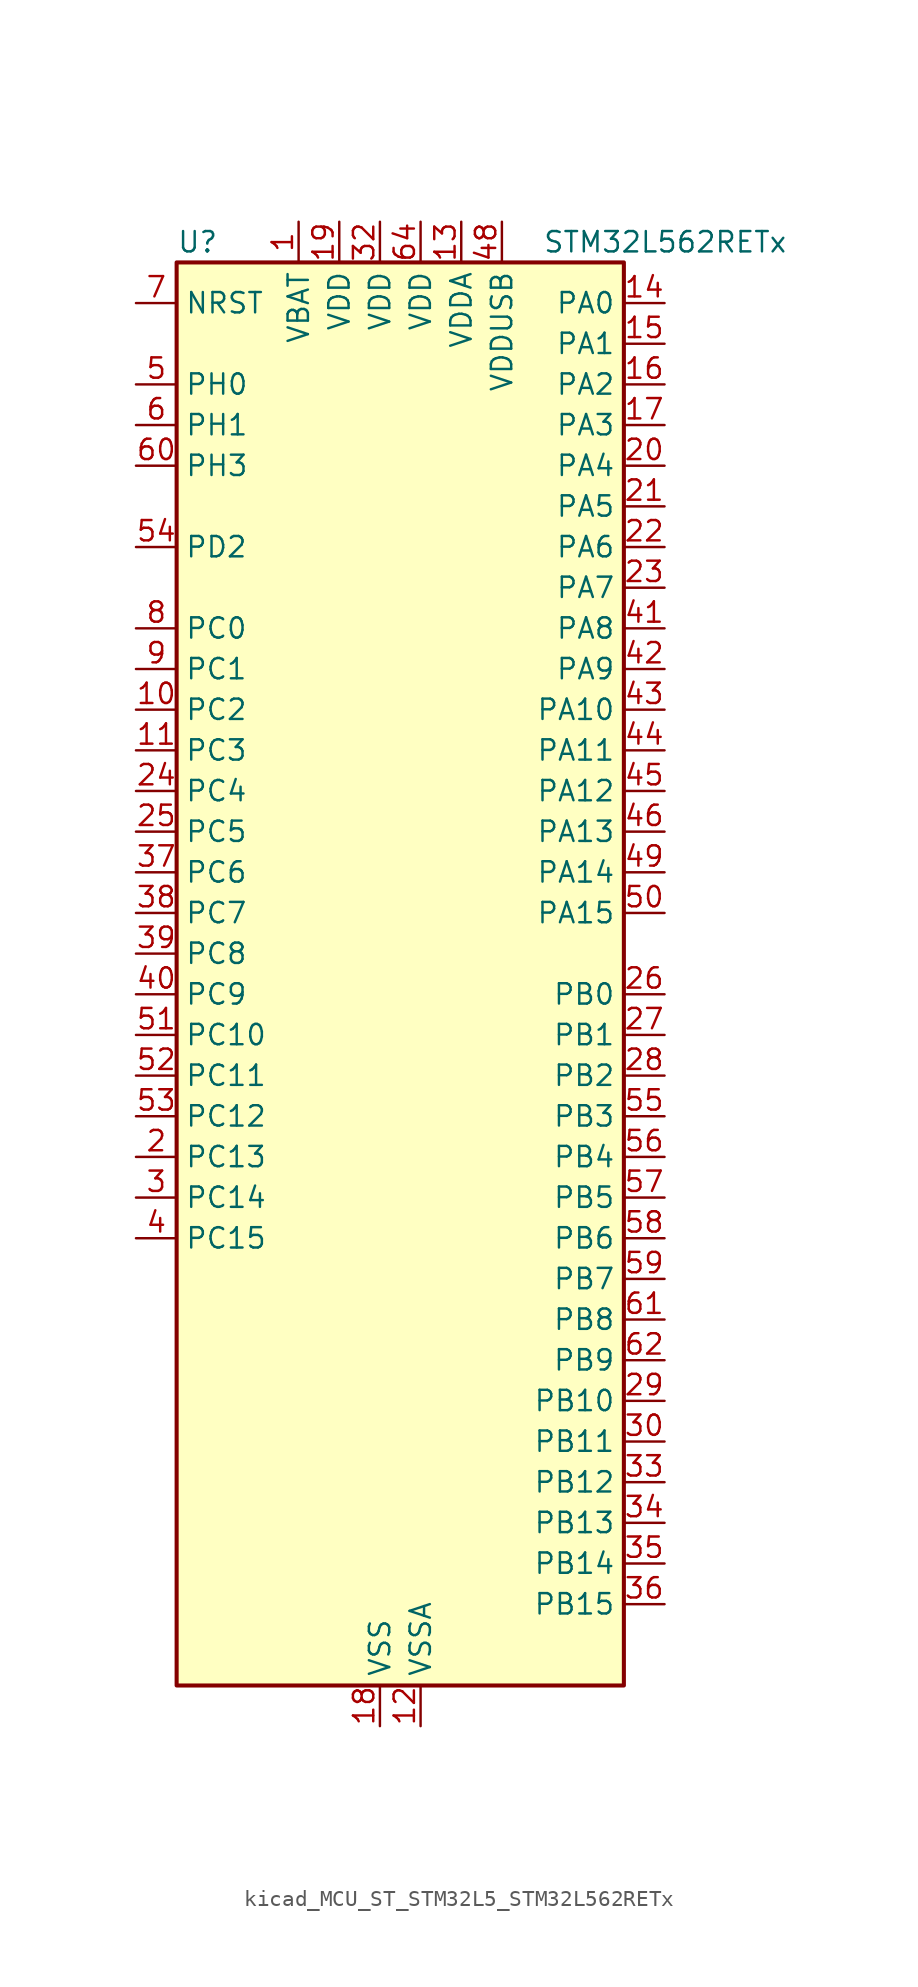
<source format=kicad_sym>
(kicad_symbol_lib
  (version 20220914)
  (generator kicad_symbol_editor)
  (symbol "kicad_MCU_ST_STM32L5_STM32L562RETx"
    (property "Reference" "U"
      (at -12.7 46.99 0)
      (effects (font (size 1.27 1.27)) (justify left)))
    (property "Value" "STM32L562RETx"
      (at 10.16 46.99 0)
      (effects (font (size 1.27 1.27)) (justify left)))
    (property "ki_locked" ""
      (at 0 0 0)
      (effects (font (size 1.27 1.27))))
    (symbol "kicad_MCU_ST_STM32L5_STM32L562RETx_0_1"
      (rectangle (start -12.7 -43.18) (end 15.24 45.72) (stroke (width 0.254) (type default)) (fill (type background))))
    (symbol "kicad_MCU_ST_STM32L5_STM32L562RETx_1_1"
      (pin power_in line (at -5.08 48.26 270) (length 2.54) (name "VBAT" (effects (font (size 1.27 1.27)))) (number "1" (effects (font (size 1.27 1.27)))))
      (pin bidirectional line (at -15.24 17.78 0) (length 2.54) (name "PC2" (effects (font (size 1.27 1.27)))) (number "10" (effects (font (size 1.27 1.27)))) (alternate "ADC1_IN3" bidirectional line) (alternate "ADC2_IN3" bidirectional line) (alternate "DFSDM1_CKOUT" bidirectional line) (alternate "LPTIM1_IN2" bidirectional line) (alternate "OCTOSPI1_IO5" bidirectional line) (alternate "SPI2_MISO" bidirectional line))
      (pin bidirectional line (at -15.24 15.24 0) (length 2.54) (name "PC3" (effects (font (size 1.27 1.27)))) (number "11" (effects (font (size 1.27 1.27)))) (alternate "ADC1_IN4" bidirectional line) (alternate "ADC2_IN4" bidirectional line) (alternate "LPTIM1_ETR" bidirectional line) (alternate "LPTIM2_ETR" bidirectional line) (alternate "LPTIM3_OUT" bidirectional line) (alternate "OCTOSPI1_IO6" bidirectional line) (alternate "SAI1_D1" bidirectional line) (alternate "SAI1_SD_A" bidirectional line) (alternate "SPI2_MOSI" bidirectional line))
      (pin power_in line (at 2.54 -45.72 90) (length 2.54) (name "VSSA" (effects (font (size 1.27 1.27)))) (number "12" (effects (font (size 1.27 1.27)))))
      (pin power_in line (at 5.08 48.26 270) (length 2.54) (name "VDDA" (effects (font (size 1.27 1.27)))) (number "13" (effects (font (size 1.27 1.27)))))
      (pin bidirectional line (at 17.78 43.18 180) (length 2.54) (name "PA0" (effects (font (size 1.27 1.27)))) (number "14" (effects (font (size 1.27 1.27)))) (alternate "ADC1_IN5" bidirectional line) (alternate "ADC2_IN5" bidirectional line) (alternate "OPAMP1_VINP" bidirectional line) (alternate "PWR_WKUP1" bidirectional line) (alternate "SAI1_EXTCLK" bidirectional line) (alternate "TAMP_IN2" bidirectional line) (alternate "TAMP_OUT1" bidirectional line) (alternate "TIM2_CH1" bidirectional line) (alternate "TIM2_ETR" bidirectional line) (alternate "TIM5_CH1" bidirectional line) (alternate "TIM8_ETR" bidirectional line) (alternate "UART4_TX" bidirectional line) (alternate "USART2_CTS" bidirectional line) (alternate "USART2_NSS" bidirectional line))
      (pin bidirectional line (at 17.78 40.64 180) (length 2.54) (name "PA1" (effects (font (size 1.27 1.27)))) (number "15" (effects (font (size 1.27 1.27)))) (alternate "ADC1_IN6" bidirectional line) (alternate "ADC2_IN6" bidirectional line) (alternate "I2C1_SMBA" bidirectional line) (alternate "OCTOSPI1_DQS" bidirectional line) (alternate "OPAMP1_VINM" bidirectional line) (alternate "SPI1_SCK" bidirectional line) (alternate "TAMP_IN5" bidirectional line) (alternate "TAMP_OUT4" bidirectional line) (alternate "TIM15_CH1N" bidirectional line) (alternate "TIM2_CH2" bidirectional line) (alternate "TIM5_CH2" bidirectional line) (alternate "UART4_RX" bidirectional line) (alternate "USART2_DE" bidirectional line) (alternate "USART2_RTS" bidirectional line))
      (pin bidirectional line (at 17.78 38.1 180) (length 2.54) (name "PA2" (effects (font (size 1.27 1.27)))) (number "16" (effects (font (size 1.27 1.27)))) (alternate "ADC1_IN7" bidirectional line) (alternate "ADC2_IN7" bidirectional line) (alternate "COMP1_INP" bidirectional line) (alternate "LPUART1_TX" bidirectional line) (alternate "OCTOSPI1_NCS" bidirectional line) (alternate "PWR_WKUP4" bidirectional line) (alternate "RCC_LSCO" bidirectional line) (alternate "SAI2_EXTCLK" bidirectional line) (alternate "TIM15_CH1" bidirectional line) (alternate "TIM2_CH3" bidirectional line) (alternate "TIM5_CH3" bidirectional line) (alternate "UCPD1_FRSTX1" bidirectional line) (alternate "USART2_TX" bidirectional line))
      (pin bidirectional line (at 17.78 35.56 180) (length 2.54) (name "PA3" (effects (font (size 1.27 1.27)))) (number "17" (effects (font (size 1.27 1.27)))) (alternate "ADC1_IN8" bidirectional line) (alternate "ADC2_IN8" bidirectional line) (alternate "LPUART1_RX" bidirectional line) (alternate "OCTOSPI1_CLK" bidirectional line) (alternate "OPAMP1_VOUT" bidirectional line) (alternate "SAI1_CK1" bidirectional line) (alternate "SAI1_MCLK_A" bidirectional line) (alternate "TIM15_CH2" bidirectional line) (alternate "TIM2_CH4" bidirectional line) (alternate "TIM5_CH4" bidirectional line) (alternate "USART2_RX" bidirectional line))
      (pin power_in line (at 0 -45.72 90) (length 2.54) (name "VSS" (effects (font (size 1.27 1.27)))) (number "18" (effects (font (size 1.27 1.27)))))
      (pin power_in line (at -2.54 48.26 270) (length 2.54) (name "VDD" (effects (font (size 1.27 1.27)))) (number "19" (effects (font (size 1.27 1.27)))))
      (pin bidirectional line (at -15.24 -10.16 0) (length 2.54) (name "PC13" (effects (font (size 1.27 1.27)))) (number "2" (effects (font (size 1.27 1.27)))) (alternate "PWR_WKUP2" bidirectional line) (alternate "RTC_OUT1" bidirectional line) (alternate "RTC_TS" bidirectional line) (alternate "TAMP_IN1" bidirectional line) (alternate "TAMP_OUT2" bidirectional line))
      (pin bidirectional line (at 17.78 33.02 180) (length 2.54) (name "PA4" (effects (font (size 1.27 1.27)))) (number "20" (effects (font (size 1.27 1.27)))) (alternate "ADC1_IN9" bidirectional line) (alternate "ADC2_IN9" bidirectional line) (alternate "DAC1_OUT1" bidirectional line) (alternate "LPTIM2_OUT" bidirectional line) (alternate "OCTOSPI1_NCS" bidirectional line) (alternate "SAI1_FS_B" bidirectional line) (alternate "SPI1_NSS" bidirectional line) (alternate "SPI3_NSS" bidirectional line) (alternate "USART2_CK" bidirectional line))
      (pin bidirectional line (at 17.78 30.48 180) (length 2.54) (name "PA5" (effects (font (size 1.27 1.27)))) (number "21" (effects (font (size 1.27 1.27)))) (alternate "ADC1_IN10" bidirectional line) (alternate "ADC2_IN10" bidirectional line) (alternate "DAC1_OUT2" bidirectional line) (alternate "LPTIM2_ETR" bidirectional line) (alternate "SPI1_SCK" bidirectional line) (alternate "TIM2_CH1" bidirectional line) (alternate "TIM2_ETR" bidirectional line) (alternate "TIM8_CH1N" bidirectional line))
      (pin bidirectional line (at 17.78 27.94 180) (length 2.54) (name "PA6" (effects (font (size 1.27 1.27)))) (number "22" (effects (font (size 1.27 1.27)))) (alternate "ADC1_IN11" bidirectional line) (alternate "ADC2_IN11" bidirectional line) (alternate "LPUART1_CTS" bidirectional line) (alternate "OCTOSPI1_IO3" bidirectional line) (alternate "OPAMP2_VINP" bidirectional line) (alternate "SPI1_MISO" bidirectional line) (alternate "TIM16_CH1" bidirectional line) (alternate "TIM1_BKIN" bidirectional line) (alternate "TIM3_CH1" bidirectional line) (alternate "TIM8_BKIN" bidirectional line) (alternate "USART3_CTS" bidirectional line) (alternate "USART3_NSS" bidirectional line))
      (pin bidirectional line (at 17.78 25.4 180) (length 2.54) (name "PA7" (effects (font (size 1.27 1.27)))) (number "23" (effects (font (size 1.27 1.27)))) (alternate "ADC1_IN12" bidirectional line) (alternate "ADC2_IN12" bidirectional line) (alternate "I2C3_SCL" bidirectional line) (alternate "OCTOSPI1_IO2" bidirectional line) (alternate "OPAMP2_VINM" bidirectional line) (alternate "SPI1_MOSI" bidirectional line) (alternate "TIM17_CH1" bidirectional line) (alternate "TIM1_CH1N" bidirectional line) (alternate "TIM3_CH2" bidirectional line) (alternate "TIM8_CH1N" bidirectional line))
      (pin bidirectional line (at -15.24 12.7 0) (length 2.54) (name "PC4" (effects (font (size 1.27 1.27)))) (number "24" (effects (font (size 1.27 1.27)))) (alternate "ADC1_IN13" bidirectional line) (alternate "ADC2_IN13" bidirectional line) (alternate "COMP1_INM" bidirectional line) (alternate "OCTOSPI1_IO7" bidirectional line) (alternate "USART3_TX" bidirectional line))
      (pin bidirectional line (at -15.24 10.16 0) (length 2.54) (name "PC5" (effects (font (size 1.27 1.27)))) (number "25" (effects (font (size 1.27 1.27)))) (alternate "ADC1_IN14" bidirectional line) (alternate "ADC2_IN14" bidirectional line) (alternate "COMP1_INP" bidirectional line) (alternate "PWR_WKUP5" bidirectional line) (alternate "SAI1_D3" bidirectional line) (alternate "TAMP_IN4" bidirectional line) (alternate "TAMP_OUT5" bidirectional line) (alternate "USART3_RX" bidirectional line))
      (pin bidirectional line (at 17.78 0 180) (length 2.54) (name "PB0" (effects (font (size 1.27 1.27)))) (number "26" (effects (font (size 1.27 1.27)))) (alternate "ADC1_IN15" bidirectional line) (alternate "ADC2_IN15" bidirectional line) (alternate "COMP1_OUT" bidirectional line) (alternate "OCTOSPI1_IO1" bidirectional line) (alternate "OPAMP2_VOUT" bidirectional line) (alternate "SAI1_EXTCLK" bidirectional line) (alternate "SPI1_NSS" bidirectional line) (alternate "TIM1_CH2N" bidirectional line) (alternate "TIM3_CH3" bidirectional line) (alternate "TIM8_CH2N" bidirectional line) (alternate "USART3_CK" bidirectional line))
      (pin bidirectional line (at 17.78 -2.54 180) (length 2.54) (name "PB1" (effects (font (size 1.27 1.27)))) (number "27" (effects (font (size 1.27 1.27)))) (alternate "ADC1_IN16" bidirectional line) (alternate "ADC2_IN16" bidirectional line) (alternate "COMP1_INM" bidirectional line) (alternate "DFSDM1_DATIN0" bidirectional line) (alternate "LPTIM2_IN1" bidirectional line) (alternate "LPUART1_DE" bidirectional line) (alternate "LPUART1_RTS" bidirectional line) (alternate "OCTOSPI1_IO0" bidirectional line) (alternate "TIM1_CH3N" bidirectional line) (alternate "TIM3_CH4" bidirectional line) (alternate "TIM8_CH3N" bidirectional line) (alternate "USART3_DE" bidirectional line) (alternate "USART3_RTS" bidirectional line))
      (pin bidirectional line (at 17.78 -5.08 180) (length 2.54) (name "PB2" (effects (font (size 1.27 1.27)))) (number "28" (effects (font (size 1.27 1.27)))) (alternate "COMP1_INP" bidirectional line) (alternate "DFSDM1_CKIN0" bidirectional line) (alternate "I2C3_SMBA" bidirectional line) (alternate "LPTIM1_OUT" bidirectional line) (alternate "OCTOSPI1_DQS" bidirectional line) (alternate "RTC_OUT2" bidirectional line) (alternate "UCPD1_FRSTX1" bidirectional line))
      (pin bidirectional line (at 17.78 -25.4 180) (length 2.54) (name "PB10" (effects (font (size 1.27 1.27)))) (number "29" (effects (font (size 1.27 1.27)))) (alternate "COMP1_OUT" bidirectional line) (alternate "I2C2_SCL" bidirectional line) (alternate "I2C4_SCL" bidirectional line) (alternate "LPTIM3_OUT" bidirectional line) (alternate "LPUART1_RX" bidirectional line) (alternate "OCTOSPI1_CLK" bidirectional line) (alternate "SAI1_SCK_A" bidirectional line) (alternate "SPI2_SCK" bidirectional line) (alternate "TIM2_CH3" bidirectional line) (alternate "TSC_SYNC" bidirectional line) (alternate "USART3_TX" bidirectional line))
      (pin bidirectional line (at -15.24 -12.7 0) (length 2.54) (name "PC14" (effects (font (size 1.27 1.27)))) (number "3" (effects (font (size 1.27 1.27)))) (alternate "RCC_OSC32_IN" bidirectional line))
      (pin bidirectional line (at 17.78 -27.94 180) (length 2.54) (name "PB11" (effects (font (size 1.27 1.27)))) (number "30" (effects (font (size 1.27 1.27)))) (alternate "ADC1_EXTI11" bidirectional line) (alternate "ADC2_EXTI11" bidirectional line) (alternate "COMP2_OUT" bidirectional line) (alternate "I2C2_SDA" bidirectional line) (alternate "I2C4_SDA" bidirectional line) (alternate "LPUART1_TX" bidirectional line) (alternate "OCTOSPI1_NCS" bidirectional line) (alternate "TIM2_CH4" bidirectional line) (alternate "USART3_RX" bidirectional line))
      (pin passive line (at 0 -45.72 90) (length 2.54) hide (name "VSS" (effects (font (size 1.27 1.27)))) (number "31" (effects (font (size 1.27 1.27)))))
      (pin power_in line (at 0 48.26 270) (length 2.54) (name "VDD" (effects (font (size 1.27 1.27)))) (number "32" (effects (font (size 1.27 1.27)))))
      (pin bidirectional line (at 17.78 -30.48 180) (length 2.54) (name "PB12" (effects (font (size 1.27 1.27)))) (number "33" (effects (font (size 1.27 1.27)))) (alternate "DFSDM1_DATIN1" bidirectional line) (alternate "I2C2_SMBA" bidirectional line) (alternate "LPUART1_DE" bidirectional line) (alternate "LPUART1_RTS" bidirectional line) (alternate "OCTOSPI1_NCLK" bidirectional line) (alternate "SAI2_FS_A" bidirectional line) (alternate "SPI2_NSS" bidirectional line) (alternate "TIM15_BKIN" bidirectional line) (alternate "TIM1_BKIN" bidirectional line) (alternate "TSC_G1_IO1" bidirectional line) (alternate "USART3_CK" bidirectional line))
      (pin bidirectional line (at 17.78 -33.02 180) (length 2.54) (name "PB13" (effects (font (size 1.27 1.27)))) (number "34" (effects (font (size 1.27 1.27)))) (alternate "DFSDM1_CKIN1" bidirectional line) (alternate "I2C2_SCL" bidirectional line) (alternate "LPTIM3_IN1" bidirectional line) (alternate "LPUART1_CTS" bidirectional line) (alternate "SAI2_SCK_A" bidirectional line) (alternate "SPI2_SCK" bidirectional line) (alternate "TIM15_CH1N" bidirectional line) (alternate "TIM1_CH1N" bidirectional line) (alternate "TSC_G1_IO2" bidirectional line) (alternate "UCPD1_FRSTX2" bidirectional line) (alternate "USART3_CTS" bidirectional line) (alternate "USART3_NSS" bidirectional line))
      (pin bidirectional line (at 17.78 -35.56 180) (length 2.54) (name "PB14" (effects (font (size 1.27 1.27)))) (number "35" (effects (font (size 1.27 1.27)))) (alternate "DFSDM1_DATIN2" bidirectional line) (alternate "I2C2_SDA" bidirectional line) (alternate "LPTIM3_ETR" bidirectional line) (alternate "SAI2_MCLK_A" bidirectional line) (alternate "SPI2_MISO" bidirectional line) (alternate "TIM15_CH1" bidirectional line) (alternate "TIM1_CH2N" bidirectional line) (alternate "TIM8_CH2N" bidirectional line) (alternate "TSC_G1_IO3" bidirectional line) (alternate "UCPD1_DBCC2" bidirectional line) (alternate "USART3_DE" bidirectional line) (alternate "USART3_RTS" bidirectional line))
      (pin bidirectional line (at 17.78 -38.1 180) (length 2.54) (name "PB15" (effects (font (size 1.27 1.27)))) (number "36" (effects (font (size 1.27 1.27)))) (alternate "ADC1_EXTI15" bidirectional line) (alternate "ADC2_EXTI15" bidirectional line) (alternate "DFSDM1_CKIN2" bidirectional line) (alternate "RTC_REFIN" bidirectional line) (alternate "SAI2_SD_A" bidirectional line) (alternate "SPI2_MOSI" bidirectional line) (alternate "TIM15_CH2" bidirectional line) (alternate "TIM1_CH3N" bidirectional line) (alternate "TIM8_CH3N" bidirectional line) (alternate "UCPD1_CC2" bidirectional line))
      (pin bidirectional line (at -15.24 7.62 0) (length 2.54) (name "PC6" (effects (font (size 1.27 1.27)))) (number "37" (effects (font (size 1.27 1.27)))) (alternate "DFSDM1_CKIN3" bidirectional line) (alternate "SAI2_MCLK_A" bidirectional line) (alternate "SDMMC1_D0DIR" bidirectional line) (alternate "SDMMC1_D6" bidirectional line) (alternate "TIM3_CH1" bidirectional line) (alternate "TIM8_CH1" bidirectional line) (alternate "TSC_G4_IO1" bidirectional line))
      (pin bidirectional line (at -15.24 5.08 0) (length 2.54) (name "PC7" (effects (font (size 1.27 1.27)))) (number "38" (effects (font (size 1.27 1.27)))) (alternate "DFSDM1_DATIN3" bidirectional line) (alternate "SAI2_MCLK_B" bidirectional line) (alternate "SDMMC1_D123DIR" bidirectional line) (alternate "SDMMC1_D7" bidirectional line) (alternate "TIM3_CH2" bidirectional line) (alternate "TIM8_CH2" bidirectional line) (alternate "TSC_G4_IO2" bidirectional line))
      (pin bidirectional line (at -15.24 2.54 0) (length 2.54) (name "PC8" (effects (font (size 1.27 1.27)))) (number "39" (effects (font (size 1.27 1.27)))) (alternate "SDMMC1_D0" bidirectional line) (alternate "TIM3_CH3" bidirectional line) (alternate "TIM8_CH3" bidirectional line) (alternate "TSC_G4_IO3" bidirectional line))
      (pin bidirectional line (at -15.24 -15.24 0) (length 2.54) (name "PC15" (effects (font (size 1.27 1.27)))) (number "4" (effects (font (size 1.27 1.27)))) (alternate "ADC1_EXTI15" bidirectional line) (alternate "ADC2_EXTI15" bidirectional line) (alternate "RCC_OSC32_OUT" bidirectional line))
      (pin bidirectional line (at -15.24 0 0) (length 2.54) (name "PC9" (effects (font (size 1.27 1.27)))) (number "40" (effects (font (size 1.27 1.27)))) (alternate "DAC1_EXTI9" bidirectional line) (alternate "DEBUG_TRACED0" bidirectional line) (alternate "SAI2_EXTCLK" bidirectional line) (alternate "SDMMC1_D1" bidirectional line) (alternate "TIM3_CH4" bidirectional line) (alternate "TIM8_BKIN2" bidirectional line) (alternate "TIM8_CH4" bidirectional line) (alternate "TSC_G4_IO4" bidirectional line) (alternate "USB_NOE" bidirectional line))
      (pin bidirectional line (at 17.78 22.86 180) (length 2.54) (name "PA8" (effects (font (size 1.27 1.27)))) (number "41" (effects (font (size 1.27 1.27)))) (alternate "LPTIM2_OUT" bidirectional line) (alternate "RCC_MCO" bidirectional line) (alternate "SAI1_CK2" bidirectional line) (alternate "SAI1_SCK_A" bidirectional line) (alternate "TIM1_CH1" bidirectional line) (alternate "USART1_CK" bidirectional line))
      (pin bidirectional line (at 17.78 20.32 180) (length 2.54) (name "PA9" (effects (font (size 1.27 1.27)))) (number "42" (effects (font (size 1.27 1.27)))) (alternate "DAC1_EXTI9" bidirectional line) (alternate "SAI1_FS_A" bidirectional line) (alternate "SPI2_SCK" bidirectional line) (alternate "TIM15_BKIN" bidirectional line) (alternate "TIM1_CH2" bidirectional line) (alternate "USART1_TX" bidirectional line))
      (pin bidirectional line (at 17.78 17.78 180) (length 2.54) (name "PA10" (effects (font (size 1.27 1.27)))) (number "43" (effects (font (size 1.27 1.27)))) (alternate "CRS_SYNC" bidirectional line) (alternate "SAI1_D1" bidirectional line) (alternate "SAI1_SD_A" bidirectional line) (alternate "TIM17_BKIN" bidirectional line) (alternate "TIM1_CH3" bidirectional line) (alternate "USART1_RX" bidirectional line))
      (pin bidirectional line (at 17.78 15.24 180) (length 2.54) (name "PA11" (effects (font (size 1.27 1.27)))) (number "44" (effects (font (size 1.27 1.27)))) (alternate "ADC1_EXTI11" bidirectional line) (alternate "ADC2_EXTI11" bidirectional line) (alternate "FDCAN1_RX" bidirectional line) (alternate "SPI1_MISO" bidirectional line) (alternate "TIM1_BKIN2" bidirectional line) (alternate "TIM1_CH4" bidirectional line) (alternate "USART1_CTS" bidirectional line) (alternate "USART1_NSS" bidirectional line) (alternate "USB_DM" bidirectional line))
      (pin bidirectional line (at 17.78 12.7 180) (length 2.54) (name "PA12" (effects (font (size 1.27 1.27)))) (number "45" (effects (font (size 1.27 1.27)))) (alternate "FDCAN1_TX" bidirectional line) (alternate "SPI1_MOSI" bidirectional line) (alternate "TIM1_ETR" bidirectional line) (alternate "USART1_DE" bidirectional line) (alternate "USART1_RTS" bidirectional line) (alternate "USB_DP" bidirectional line))
      (pin bidirectional line (at 17.78 10.16 180) (length 2.54) (name "PA13" (effects (font (size 1.27 1.27)))) (number "46" (effects (font (size 1.27 1.27)))) (alternate "DEBUG_JTMS-SWDIO" bidirectional line) (alternate "IR_OUT" bidirectional line) (alternate "SAI1_SD_B" bidirectional line) (alternate "USB_NOE" bidirectional line))
      (pin passive line (at 0 -45.72 90) (length 2.54) hide (name "VSS" (effects (font (size 1.27 1.27)))) (number "47" (effects (font (size 1.27 1.27)))))
      (pin power_in line (at 7.62 48.26 270) (length 2.54) (name "VDDUSB" (effects (font (size 1.27 1.27)))) (number "48" (effects (font (size 1.27 1.27)))))
      (pin bidirectional line (at 17.78 7.62 180) (length 2.54) (name "PA14" (effects (font (size 1.27 1.27)))) (number "49" (effects (font (size 1.27 1.27)))) (alternate "DEBUG_JTCK-SWCLK" bidirectional line) (alternate "I2C1_SMBA" bidirectional line) (alternate "I2C4_SMBA" bidirectional line) (alternate "LPTIM1_OUT" bidirectional line) (alternate "SAI1_FS_B" bidirectional line))
      (pin bidirectional line (at -15.24 38.1 0) (length 2.54) (name "PH0" (effects (font (size 1.27 1.27)))) (number "5" (effects (font (size 1.27 1.27)))) (alternate "RCC_OSC_IN" bidirectional line))
      (pin bidirectional line (at 17.78 5.08 180) (length 2.54) (name "PA15" (effects (font (size 1.27 1.27)))) (number "50" (effects (font (size 1.27 1.27)))) (alternate "ADC1_EXTI15" bidirectional line) (alternate "ADC2_EXTI15" bidirectional line) (alternate "DEBUG_JTDI" bidirectional line) (alternate "SAI2_FS_B" bidirectional line) (alternate "SPI1_NSS" bidirectional line) (alternate "SPI3_NSS" bidirectional line) (alternate "TIM2_CH1" bidirectional line) (alternate "TIM2_ETR" bidirectional line) (alternate "UART4_DE" bidirectional line) (alternate "UART4_RTS" bidirectional line) (alternate "UCPD1_CC1" bidirectional line) (alternate "USART2_RX" bidirectional line) (alternate "USART3_DE" bidirectional line) (alternate "USART3_RTS" bidirectional line))
      (pin bidirectional line (at -15.24 -2.54 0) (length 2.54) (name "PC10" (effects (font (size 1.27 1.27)))) (number "51" (effects (font (size 1.27 1.27)))) (alternate "DEBUG_TRACED1" bidirectional line) (alternate "LPTIM3_ETR" bidirectional line) (alternate "SAI2_SCK_B" bidirectional line) (alternate "SDMMC1_D2" bidirectional line) (alternate "SPI3_SCK" bidirectional line) (alternate "TSC_G3_IO2" bidirectional line) (alternate "UART4_TX" bidirectional line) (alternate "USART3_TX" bidirectional line))
      (pin bidirectional line (at -15.24 -5.08 0) (length 2.54) (name "PC11" (effects (font (size 1.27 1.27)))) (number "52" (effects (font (size 1.27 1.27)))) (alternate "ADC1_EXTI11" bidirectional line) (alternate "ADC2_EXTI11" bidirectional line) (alternate "LPTIM3_IN1" bidirectional line) (alternate "OCTOSPI1_NCS" bidirectional line) (alternate "SAI2_MCLK_B" bidirectional line) (alternate "SDMMC1_D3" bidirectional line) (alternate "SPI3_MISO" bidirectional line) (alternate "TSC_G3_IO3" bidirectional line) (alternate "UART4_RX" bidirectional line) (alternate "UCPD1_FRSTX2" bidirectional line) (alternate "USART3_RX" bidirectional line))
      (pin bidirectional line (at -15.24 -7.62 0) (length 2.54) (name "PC12" (effects (font (size 1.27 1.27)))) (number "53" (effects (font (size 1.27 1.27)))) (alternate "DEBUG_TRACED3" bidirectional line) (alternate "SAI2_SD_B" bidirectional line) (alternate "SDMMC1_CK" bidirectional line) (alternate "SPI3_MOSI" bidirectional line) (alternate "TSC_G3_IO4" bidirectional line) (alternate "UART5_TX" bidirectional line) (alternate "USART3_CK" bidirectional line))
      (pin bidirectional line (at -15.24 27.94 0) (length 2.54) (name "PD2" (effects (font (size 1.27 1.27)))) (number "54" (effects (font (size 1.27 1.27)))) (alternate "DEBUG_TRACED2" bidirectional line) (alternate "SDMMC1_CMD" bidirectional line) (alternate "TIM3_ETR" bidirectional line) (alternate "TSC_SYNC" bidirectional line) (alternate "UART5_RX" bidirectional line) (alternate "USART3_DE" bidirectional line) (alternate "USART3_RTS" bidirectional line))
      (pin bidirectional line (at 17.78 -7.62 180) (length 2.54) (name "PB3" (effects (font (size 1.27 1.27)))) (number "55" (effects (font (size 1.27 1.27)))) (alternate "COMP2_INM" bidirectional line) (alternate "CRS_SYNC" bidirectional line) (alternate "DEBUG_JTDO-SWO" bidirectional line) (alternate "SAI1_SCK_B" bidirectional line) (alternate "SPI1_SCK" bidirectional line) (alternate "SPI3_SCK" bidirectional line) (alternate "TIM2_CH2" bidirectional line) (alternate "USART1_DE" bidirectional line) (alternate "USART1_RTS" bidirectional line))
      (pin bidirectional line (at 17.78 -10.16 180) (length 2.54) (name "PB4" (effects (font (size 1.27 1.27)))) (number "56" (effects (font (size 1.27 1.27)))) (alternate "COMP2_INP" bidirectional line) (alternate "DEBUG_JTRST" bidirectional line) (alternate "I2C3_SDA" bidirectional line) (alternate "SAI1_MCLK_B" bidirectional line) (alternate "SPI1_MISO" bidirectional line) (alternate "SPI3_MISO" bidirectional line) (alternate "TIM17_BKIN" bidirectional line) (alternate "TIM3_CH1" bidirectional line) (alternate "TSC_G2_IO1" bidirectional line) (alternate "UART5_DE" bidirectional line) (alternate "UART5_RTS" bidirectional line) (alternate "USART1_CTS" bidirectional line) (alternate "USART1_NSS" bidirectional line))
      (pin bidirectional line (at 17.78 -12.7 180) (length 2.54) (name "PB5" (effects (font (size 1.27 1.27)))) (number "57" (effects (font (size 1.27 1.27)))) (alternate "COMP2_OUT" bidirectional line) (alternate "I2C1_SMBA" bidirectional line) (alternate "LPTIM1_IN1" bidirectional line) (alternate "OCTOSPI1_NCLK" bidirectional line) (alternate "SAI1_SD_B" bidirectional line) (alternate "SPI1_MOSI" bidirectional line) (alternate "SPI3_MOSI" bidirectional line) (alternate "TIM16_BKIN" bidirectional line) (alternate "TIM3_CH2" bidirectional line) (alternate "TSC_G2_IO2" bidirectional line) (alternate "UART5_CTS" bidirectional line) (alternate "UCPD1_DBCC1" bidirectional line) (alternate "USART1_CK" bidirectional line))
      (pin bidirectional line (at 17.78 -15.24 180) (length 2.54) (name "PB6" (effects (font (size 1.27 1.27)))) (number "58" (effects (font (size 1.27 1.27)))) (alternate "COMP2_INP" bidirectional line) (alternate "I2C1_SCL" bidirectional line) (alternate "I2C4_SCL" bidirectional line) (alternate "LPTIM1_ETR" bidirectional line) (alternate "SAI1_FS_B" bidirectional line) (alternate "TIM16_CH1N" bidirectional line) (alternate "TIM4_CH1" bidirectional line) (alternate "TIM8_BKIN2" bidirectional line) (alternate "TSC_G2_IO3" bidirectional line) (alternate "USART1_TX" bidirectional line))
      (pin bidirectional line (at 17.78 -17.78 180) (length 2.54) (name "PB7" (effects (font (size 1.27 1.27)))) (number "59" (effects (font (size 1.27 1.27)))) (alternate "COMP2_INM" bidirectional line) (alternate "I2C1_SDA" bidirectional line) (alternate "I2C4_SDA" bidirectional line) (alternate "LPTIM1_IN2" bidirectional line) (alternate "PWR_PVD_IN" bidirectional line) (alternate "TIM17_CH1N" bidirectional line) (alternate "TIM4_CH2" bidirectional line) (alternate "TIM8_BKIN" bidirectional line) (alternate "TSC_G2_IO4" bidirectional line) (alternate "UART4_CTS" bidirectional line) (alternate "USART1_RX" bidirectional line))
      (pin bidirectional line (at -15.24 35.56 0) (length 2.54) (name "PH1" (effects (font (size 1.27 1.27)))) (number "6" (effects (font (size 1.27 1.27)))) (alternate "RCC_OSC_OUT" bidirectional line))
      (pin bidirectional line (at -15.24 33.02 0) (length 2.54) (name "PH3" (effects (font (size 1.27 1.27)))) (number "60" (effects (font (size 1.27 1.27)))))
      (pin bidirectional line (at 17.78 -20.32 180) (length 2.54) (name "PB8" (effects (font (size 1.27 1.27)))) (number "61" (effects (font (size 1.27 1.27)))) (alternate "DFSDM1_CKOUT" bidirectional line) (alternate "FDCAN1_RX" bidirectional line) (alternate "I2C1_SCL" bidirectional line) (alternate "SAI1_CK1" bidirectional line) (alternate "SAI1_MCLK_A" bidirectional line) (alternate "SDMMC1_CKIN" bidirectional line) (alternate "SDMMC1_D4" bidirectional line) (alternate "TIM16_CH1" bidirectional line) (alternate "TIM4_CH3" bidirectional line))
      (pin bidirectional line (at 17.78 -22.86 180) (length 2.54) (name "PB9" (effects (font (size 1.27 1.27)))) (number "62" (effects (font (size 1.27 1.27)))) (alternate "DAC1_EXTI9" bidirectional line) (alternate "FDCAN1_TX" bidirectional line) (alternate "I2C1_SDA" bidirectional line) (alternate "IR_OUT" bidirectional line) (alternate "SAI1_D2" bidirectional line) (alternate "SAI1_FS_A" bidirectional line) (alternate "SDMMC1_CDIR" bidirectional line) (alternate "SDMMC1_D5" bidirectional line) (alternate "SPI2_NSS" bidirectional line) (alternate "TIM17_CH1" bidirectional line) (alternate "TIM4_CH4" bidirectional line))
      (pin passive line (at 0 -45.72 90) (length 2.54) hide (name "VSS" (effects (font (size 1.27 1.27)))) (number "63" (effects (font (size 1.27 1.27)))))
      (pin power_in line (at 2.54 48.26 270) (length 2.54) (name "VDD" (effects (font (size 1.27 1.27)))) (number "64" (effects (font (size 1.27 1.27)))))
      (pin input line (at -15.24 43.18 0) (length 2.54) (name "NRST" (effects (font (size 1.27 1.27)))) (number "7" (effects (font (size 1.27 1.27)))))
      (pin bidirectional line (at -15.24 22.86 0) (length 2.54) (name "PC0" (effects (font (size 1.27 1.27)))) (number "8" (effects (font (size 1.27 1.27)))) (alternate "ADC1_IN1" bidirectional line) (alternate "ADC2_IN1" bidirectional line) (alternate "I2C3_SCL" bidirectional line) (alternate "LPTIM1_IN1" bidirectional line) (alternate "LPTIM2_IN1" bidirectional line) (alternate "LPUART1_RX" bidirectional line) (alternate "OCTOSPI1_IO7" bidirectional line) (alternate "SAI2_FS_A" bidirectional line) (alternate "SDMMC1_D5" bidirectional line))
      (pin bidirectional line (at -15.24 20.32 0) (length 2.54) (name "PC1" (effects (font (size 1.27 1.27)))) (number "9" (effects (font (size 1.27 1.27)))) (alternate "ADC1_IN2" bidirectional line) (alternate "ADC2_IN2" bidirectional line) (alternate "DEBUG_TRACED0" bidirectional line) (alternate "I2C3_SDA" bidirectional line) (alternate "LPTIM1_OUT" bidirectional line) (alternate "LPUART1_TX" bidirectional line) (alternate "OCTOSPI1_IO4" bidirectional line) (alternate "SAI1_SD_A" bidirectional line) (alternate "SPI2_MOSI" bidirectional line)))))
</source>
